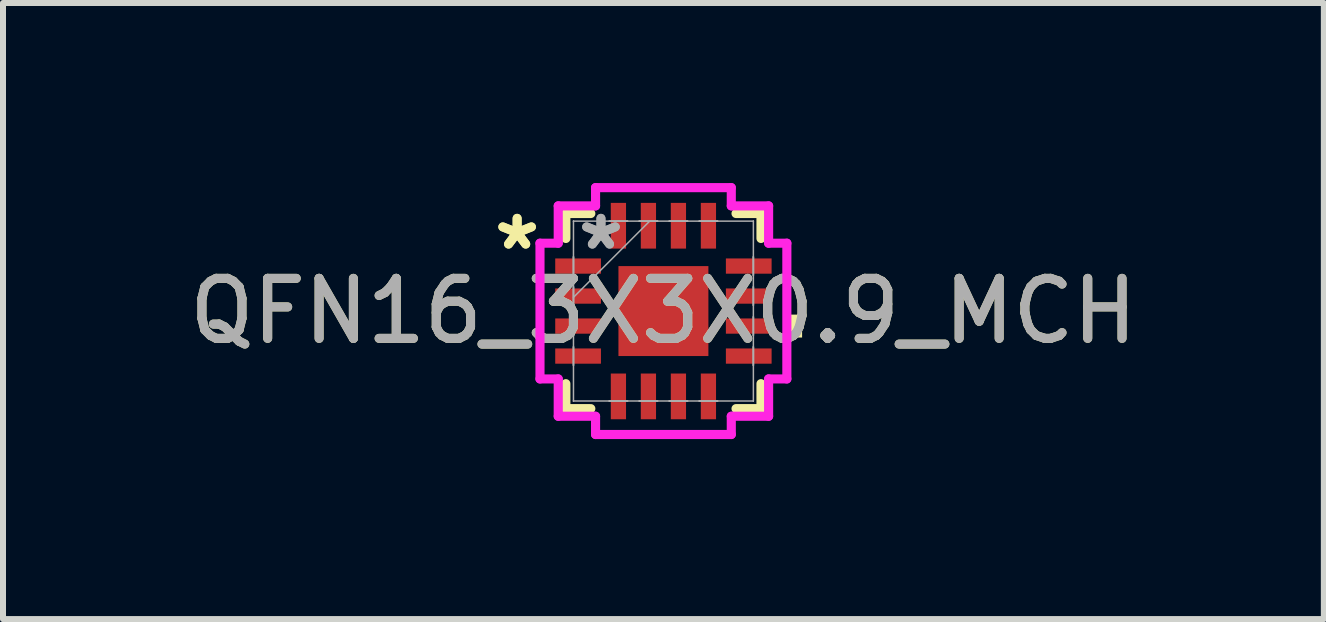
<source format=kicad_pcb>
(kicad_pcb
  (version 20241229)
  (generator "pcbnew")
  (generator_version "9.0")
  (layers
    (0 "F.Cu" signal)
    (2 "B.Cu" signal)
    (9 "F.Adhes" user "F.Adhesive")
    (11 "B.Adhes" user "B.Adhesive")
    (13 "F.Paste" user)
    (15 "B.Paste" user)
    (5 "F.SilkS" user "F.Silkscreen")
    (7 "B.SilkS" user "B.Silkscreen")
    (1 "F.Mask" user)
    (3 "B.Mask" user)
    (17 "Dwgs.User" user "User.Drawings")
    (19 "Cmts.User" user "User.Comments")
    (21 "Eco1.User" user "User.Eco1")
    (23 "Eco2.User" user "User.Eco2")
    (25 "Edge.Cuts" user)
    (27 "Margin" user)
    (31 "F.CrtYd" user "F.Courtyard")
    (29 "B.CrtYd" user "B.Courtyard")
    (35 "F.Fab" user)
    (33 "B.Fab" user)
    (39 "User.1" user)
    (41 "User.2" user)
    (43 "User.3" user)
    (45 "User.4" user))
  (footprint "QFN16_3X3X0.9_MCH"
    (layer "F.Cu")
    (at 8.006 2.134)
    (property "Reference" "QFN16_3X3X0.9_MCH" (at 0 0 0) (unlocked yes) (layer "F.SilkS") (effects (font (size 1 1) (thickness 0.15))))
    (attr smd)
    (fp_line (start -1.626 -1.626) (end -1.626 -1.21) (stroke (width 0.152) (type solid)) (layer "F.SilkS"))
    (fp_line (start -1.626 1.21) (end -1.626 1.626) (stroke (width 0.152) (type solid)) (layer "F.SilkS"))
    (fp_line (start -1.626 1.626) (end -1.21 1.626) (stroke (width 0.152) (type solid)) (layer "F.SilkS"))
    (fp_line (start -1.21 -1.626) (end -1.626 -1.626) (stroke (width 0.152) (type solid)) (layer "F.SilkS"))
    (fp_line (start 1.21 1.626) (end 1.626 1.626) (stroke (width 0.152) (type solid)) (layer "F.SilkS"))
    (fp_line (start 1.626 -1.626) (end 1.21 -1.626) (stroke (width 0.152) (type solid)) (layer "F.SilkS"))
    (fp_line (start 1.626 -1.21) (end 1.626 -1.626) (stroke (width 0.152) (type solid)) (layer "F.SilkS"))
    (fp_line (start 1.626 1.626) (end 1.626 1.21) (stroke (width 0.152) (type solid)) (layer "F.SilkS"))
    (fp_poly (pts (xy 2.311 0.059) (xy 2.311 0.441) (xy 2.057 0.441) (xy 2.057 0.059)) (stroke (width 0) (type solid)) (fill yes) (layer "F.SilkS"))
    (fp_line (start -2.057 -1.131) (end -1.753 -1.131) (stroke (width 0.152) (type solid)) (layer "F.CrtYd"))
    (fp_line (start -2.057 1.131) (end -2.057 -1.131) (stroke (width 0.152) (type solid)) (layer "F.CrtYd"))
    (fp_line (start -1.753 -1.753) (end -1.131 -1.753) (stroke (width 0.152) (type solid)) (layer "F.CrtYd"))
    (fp_line (start -1.753 -1.131) (end -1.753 -1.753) (stroke (width 0.152) (type solid)) (layer "F.CrtYd"))
    (fp_line (start -1.753 1.131) (end -2.057 1.131) (stroke (width 0.152) (type solid)) (layer "F.CrtYd"))
    (fp_line (start -1.753 1.753) (end -1.753 1.131) (stroke (width 0.152) (type solid)) (layer "F.CrtYd"))
    (fp_line (start -1.131 -2.057) (end 1.131 -2.057) (stroke (width 0.152) (type solid)) (layer "F.CrtYd"))
    (fp_line (start -1.131 -1.753) (end -1.131 -2.057) (stroke (width 0.152) (type solid)) (layer "F.CrtYd"))
    (fp_line (start -1.131 1.753) (end -1.753 1.753) (stroke (width 0.152) (type solid)) (layer "F.CrtYd"))
    (fp_line (start -1.131 2.057) (end -1.131 1.753) (stroke (width 0.152) (type solid)) (layer "F.CrtYd"))
    (fp_line (start 1.131 -2.057) (end 1.131 -1.753) (stroke (width 0.152) (type solid)) (layer "F.CrtYd"))
    (fp_line (start 1.131 -1.753) (end 1.753 -1.753) (stroke (width 0.152) (type solid)) (layer "F.CrtYd"))
    (fp_line (start 1.131 1.753) (end 1.131 2.057) (stroke (width 0.152) (type solid)) (layer "F.CrtYd"))
    (fp_line (start 1.131 2.057) (end -1.131 2.057) (stroke (width 0.152) (type solid)) (layer "F.CrtYd"))
    (fp_line (start 1.753 -1.753) (end 1.753 -1.131) (stroke (width 0.152) (type solid)) (layer "F.CrtYd"))
    (fp_line (start 1.753 -1.131) (end 2.057 -1.131) (stroke (width 0.152) (type solid)) (layer "F.CrtYd"))
    (fp_line (start 1.753 1.131) (end 1.753 1.753) (stroke (width 0.152) (type solid)) (layer "F.CrtYd"))
    (fp_line (start 1.753 1.753) (end 1.131 1.753) (stroke (width 0.152) (type solid)) (layer "F.CrtYd"))
    (fp_line (start 2.057 -1.131) (end 2.057 1.131) (stroke (width 0.152) (type solid)) (layer "F.CrtYd"))
    (fp_line (start 2.057 1.131) (end 1.753 1.131) (stroke (width 0.152) (type solid)) (layer "F.CrtYd"))
    (fp_line (start -1.499 -1.499) (end -1.499 -1.499) (stroke (width 0.025) (type solid)) (layer "F.Fab"))
    (fp_line (start -1.499 -1.499) (end -1.499 1.499) (stroke (width 0.025) (type solid)) (layer "F.Fab"))
    (fp_line (start -1.499 -0.902) (end -1.499 -0.902) (stroke (width 0.025) (type solid)) (layer "F.Fab"))
    (fp_line (start -1.499 -0.902) (end -1.499 -0.598) (stroke (width 0.025) (type solid)) (layer "F.Fab"))
    (fp_line (start -1.499 -0.598) (end -1.499 -0.902) (stroke (width 0.025) (type solid)) (layer "F.Fab"))
    (fp_line (start -1.499 -0.598) (end -1.499 -0.598) (stroke (width 0.025) (type solid)) (layer "F.Fab"))
    (fp_line (start -1.499 -0.402) (end -1.499 -0.402) (stroke (width 0.025) (type solid)) (layer "F.Fab"))
    (fp_line (start -1.499 -0.402) (end -1.499 -0.098) (stroke (width 0.025) (type solid)) (layer "F.Fab"))
    (fp_line (start -1.499 -0.229) (end -0.229 -1.499) (stroke (width 0.025) (type solid)) (layer "F.Fab"))
    (fp_line (start -1.499 -0.098) (end -1.499 -0.402) (stroke (width 0.025) (type solid)) (layer "F.Fab"))
    (fp_line (start -1.499 -0.098) (end -1.499 -0.098) (stroke (width 0.025) (type solid)) (layer "F.Fab"))
    (fp_line (start -1.499 0.098) (end -1.499 0.098) (stroke (width 0.025) (type solid)) (layer "F.Fab"))
    (fp_line (start -1.499 0.098) (end -1.499 0.402) (stroke (width 0.025) (type solid)) (layer "F.Fab"))
    (fp_line (start -1.499 0.402) (end -1.499 0.098) (stroke (width 0.025) (type solid)) (layer "F.Fab"))
    (fp_line (start -1.499 0.402) (end -1.499 0.402) (stroke (width 0.025) (type solid)) (layer "F.Fab"))
    (fp_line (start -1.499 0.598) (end -1.499 0.598) (stroke (width 0.025) (type solid)) (layer "F.Fab"))
    (fp_line (start -1.499 0.598) (end -1.499 0.902) (stroke (width 0.025) (type solid)) (layer "F.Fab"))
    (fp_line (start -1.499 0.902) (end -1.499 0.598) (stroke (width 0.025) (type solid)) (layer "F.Fab"))
    (fp_line (start -1.499 0.902) (end -1.499 0.902) (stroke (width 0.025) (type solid)) (layer "F.Fab"))
    (fp_line (start -1.499 1.499) (end -1.499 1.499) (stroke (width 0.025) (type solid)) (layer "F.Fab"))
    (fp_line (start -1.499 1.499) (end 1.499 1.499) (stroke (width 0.025) (type solid)) (layer "F.Fab"))
    (fp_line (start -0.902 -1.499) (end -0.902 -1.499) (stroke (width 0.025) (type solid)) (layer "F.Fab"))
    (fp_line (start -0.902 -1.499) (end -0.598 -1.499) (stroke (width 0.025) (type solid)) (layer "F.Fab"))
    (fp_line (start -0.902 1.499) (end -0.902 1.499) (stroke (width 0.025) (type solid)) (layer "F.Fab"))
    (fp_line (start -0.902 1.499) (end -0.598 1.499) (stroke (width 0.025) (type solid)) (layer "F.Fab"))
    (fp_line (start -0.598 -1.499) (end -0.902 -1.499) (stroke (width 0.025) (type solid)) (layer "F.Fab"))
    (fp_line (start -0.598 -1.499) (end -0.598 -1.499) (stroke (width 0.025) (type solid)) (layer "F.Fab"))
    (fp_line (start -0.598 1.499) (end -0.902 1.499) (stroke (width 0.025) (type solid)) (layer "F.Fab"))
    (fp_line (start -0.598 1.499) (end -0.598 1.499) (stroke (width 0.025) (type solid)) (layer "F.Fab"))
    (fp_line (start -0.402 -1.499) (end -0.402 -1.499) (stroke (width 0.025) (type solid)) (layer "F.Fab"))
    (fp_line (start -0.402 -1.499) (end -0.098 -1.499) (stroke (width 0.025) (type solid)) (layer "F.Fab"))
    (fp_line (start -0.402 1.499) (end -0.402 1.499) (stroke (width 0.025) (type solid)) (layer "F.Fab"))
    (fp_line (start -0.402 1.499) (end -0.098 1.499) (stroke (width 0.025) (type solid)) (layer "F.Fab"))
    (fp_line (start -0.098 -1.499) (end -0.402 -1.499) (stroke (width 0.025) (type solid)) (layer "F.Fab"))
    (fp_line (start -0.098 -1.499) (end -0.098 -1.499) (stroke (width 0.025) (type solid)) (layer "F.Fab"))
    (fp_line (start -0.098 1.499) (end -0.402 1.499) (stroke (width 0.025) (type solid)) (layer "F.Fab"))
    (fp_line (start -0.098 1.499) (end -0.098 1.499) (stroke (width 0.025) (type solid)) (layer "F.Fab"))
    (fp_line (start 0.098 -1.499) (end 0.098 -1.499) (stroke (width 0.025) (type solid)) (layer "F.Fab"))
    (fp_line (start 0.098 -1.499) (end 0.402 -1.499) (stroke (width 0.025) (type solid)) (layer "F.Fab"))
    (fp_line (start 0.098 1.499) (end 0.098 1.499) (stroke (width 0.025) (type solid)) (layer "F.Fab"))
    (fp_line (start 0.098 1.499) (end 0.402 1.499) (stroke (width 0.025) (type solid)) (layer "F.Fab"))
    (fp_line (start 0.402 -1.499) (end 0.098 -1.499) (stroke (width 0.025) (type solid)) (layer "F.Fab"))
    (fp_line (start 0.402 -1.499) (end 0.402 -1.499) (stroke (width 0.025) (type solid)) (layer "F.Fab"))
    (fp_line (start 0.402 1.499) (end 0.098 1.499) (stroke (width 0.025) (type solid)) (layer "F.Fab"))
    (fp_line (start 0.402 1.499) (end 0.402 1.499) (stroke (width 0.025) (type solid)) (layer "F.Fab"))
    (fp_line (start 0.598 -1.499) (end 0.598 -1.499) (stroke (width 0.025) (type solid)) (layer "F.Fab"))
    (fp_line (start 0.598 -1.499) (end 0.902 -1.499) (stroke (width 0.025) (type solid)) (layer "F.Fab"))
    (fp_line (start 0.598 1.499) (end 0.598 1.499) (stroke (width 0.025) (type solid)) (layer "F.Fab"))
    (fp_line (start 0.598 1.499) (end 0.902 1.499) (stroke (width 0.025) (type solid)) (layer "F.Fab"))
    (fp_line (start 0.902 -1.499) (end 0.598 -1.499) (stroke (width 0.025) (type solid)) (layer "F.Fab"))
    (fp_line (start 0.902 -1.499) (end 0.902 -1.499) (stroke (width 0.025) (type solid)) (layer "F.Fab"))
    (fp_line (start 0.902 1.499) (end 0.598 1.499) (stroke (width 0.025) (type solid)) (layer "F.Fab"))
    (fp_line (start 0.902 1.499) (end 0.902 1.499) (stroke (width 0.025) (type solid)) (layer "F.Fab"))
    (fp_line (start 1.499 -1.499) (end -1.499 -1.499) (stroke (width 0.025) (type solid)) (layer "F.Fab"))
    (fp_line (start 1.499 -1.499) (end 1.499 -1.499) (stroke (width 0.025) (type solid)) (layer "F.Fab"))
    (fp_line (start 1.499 -0.902) (end 1.499 -0.902) (stroke (width 0.025) (type solid)) (layer "F.Fab"))
    (fp_line (start 1.499 -0.902) (end 1.499 -0.598) (stroke (width 0.025) (type solid)) (layer "F.Fab"))
    (fp_line (start 1.499 -0.598) (end 1.499 -0.902) (stroke (width 0.025) (type solid)) (layer "F.Fab"))
    (fp_line (start 1.499 -0.598) (end 1.499 -0.598) (stroke (width 0.025) (type solid)) (layer "F.Fab"))
    (fp_line (start 1.499 -0.402) (end 1.499 -0.402) (stroke (width 0.025) (type solid)) (layer "F.Fab"))
    (fp_line (start 1.499 -0.402) (end 1.499 -0.098) (stroke (width 0.025) (type solid)) (layer "F.Fab"))
    (fp_line (start 1.499 -0.098) (end 1.499 -0.402) (stroke (width 0.025) (type solid)) (layer "F.Fab"))
    (fp_line (start 1.499 -0.098) (end 1.499 -0.098) (stroke (width 0.025) (type solid)) (layer "F.Fab"))
    (fp_line (start 1.499 0.098) (end 1.499 0.098) (stroke (width 0.025) (type solid)) (layer "F.Fab"))
    (fp_line (start 1.499 0.098) (end 1.499 0.402) (stroke (width 0.025) (type solid)) (layer "F.Fab"))
    (fp_line (start 1.499 0.402) (end 1.499 0.098) (stroke (width 0.025) (type solid)) (layer "F.Fab"))
    (fp_line (start 1.499 0.402) (end 1.499 0.402) (stroke (width 0.025) (type solid)) (layer "F.Fab"))
    (fp_line (start 1.499 0.598) (end 1.499 0.598) (stroke (width 0.025) (type solid)) (layer "F.Fab"))
    (fp_line (start 1.499 0.598) (end 1.499 0.902) (stroke (width 0.025) (type solid)) (layer "F.Fab"))
    (fp_line (start 1.499 0.902) (end 1.499 0.598) (stroke (width 0.025) (type solid)) (layer "F.Fab"))
    (fp_line (start 1.499 0.902) (end 1.499 0.902) (stroke (width 0.025) (type solid)) (layer "F.Fab"))
    (fp_line (start 1.499 1.499) (end 1.499 -1.499) (stroke (width 0.025) (type solid)) (layer "F.Fab"))
    (fp_line (start 1.499 1.499) (end 1.499 1.499) (stroke (width 0.025) (type solid)) (layer "F.Fab"))
    (fp_text user "*" (at -2.438 -1 0) (layer "F.SilkS") (effects (font (size 1 1) (thickness 0.15))))
    (fp_text user "*" (at -2.438 -1 0) (unlocked yes) (layer "F.SilkS") (effects (font (size 1 1) (thickness 0.15))))
    (fp_text user "*" (at -1.041 -1 0) (unlocked yes) (layer "F.Fab") (effects (font (size 1 1) (thickness 0.15))))
    (fp_text user "${REFERENCE}" (at 0 0 0) (unlocked yes) (layer "F.Fab") (effects (font (size 1 1) (thickness 0.15))))
    (fp_text user "*" (at -1.041 -1 0) (layer "F.Fab") (effects (font (size 1 1) (thickness 0.15))))
    (pad "1" smd rect (at -1.422 -0.75 90) (size 0.254 0.762) (layers "F.Cu" "F.Mask" "F.Paste"))
    (pad "2" smd rect (at -1.422 -0.25 90) (size 0.254 0.762) (layers "F.Cu" "F.Mask" "F.Paste"))
    (pad "3" smd rect (at -1.422 0.25 90) (size 0.254 0.762) (layers "F.Cu" "F.Mask" "F.Paste"))
    (pad "4" smd rect (at -1.422 0.75 90) (size 0.254 0.762) (layers "F.Cu" "F.Mask" "F.Paste"))
    (pad "5" smd rect (at -0.75 1.422) (size 0.254 0.762) (layers "F.Cu" "F.Mask" "F.Paste"))
    (pad "6" smd rect (at -0.25 1.422) (size 0.254 0.762) (layers "F.Cu" "F.Mask" "F.Paste"))
    (pad "7" smd rect (at 0.25 1.422) (size 0.254 0.762) (layers "F.Cu" "F.Mask" "F.Paste"))
    (pad "8" smd rect (at 0.75 1.422) (size 0.254 0.762) (layers "F.Cu" "F.Mask" "F.Paste"))
    (pad "9" smd rect (at 1.422 0.75 90) (size 0.254 0.762) (layers "F.Cu" "F.Mask" "F.Paste"))
    (pad "10" smd rect (at 1.422 0.25 90) (size 0.254 0.762) (layers "F.Cu" "F.Mask" "F.Paste"))
    (pad "11" smd rect (at 1.422 -0.25 90) (size 0.254 0.762) (layers "F.Cu" "F.Mask" "F.Paste"))
    (pad "12" smd rect (at 1.422 -0.75 90) (size 0.254 0.762) (layers "F.Cu" "F.Mask" "F.Paste"))
    (pad "13" smd rect (at 0.75 -1.422) (size 0.254 0.762) (layers "F.Cu" "F.Mask" "F.Paste"))
    (pad "14" smd rect (at 0.25 -1.422) (size 0.254 0.762) (layers "F.Cu" "F.Mask" "F.Paste"))
    (pad "15" smd rect (at -0.25 -1.422) (size 0.254 0.762) (layers "F.Cu" "F.Mask" "F.Paste"))
    (pad "16" smd rect (at -0.75 -1.422) (size 0.254 0.762) (layers "F.Cu" "F.Mask" "F.Paste"))
    (pad "17" smd rect (at 0 0) (size 1.499 1.499) (layers "F.Cu" "F.Mask" "F.Paste")))
  (gr_rect
    (start -3 -3)
    (end 19.012 7.267)
    (stroke (width 0.1) (type default))
    (fill no)
    (layer "Edge.Cuts")))
</source>
